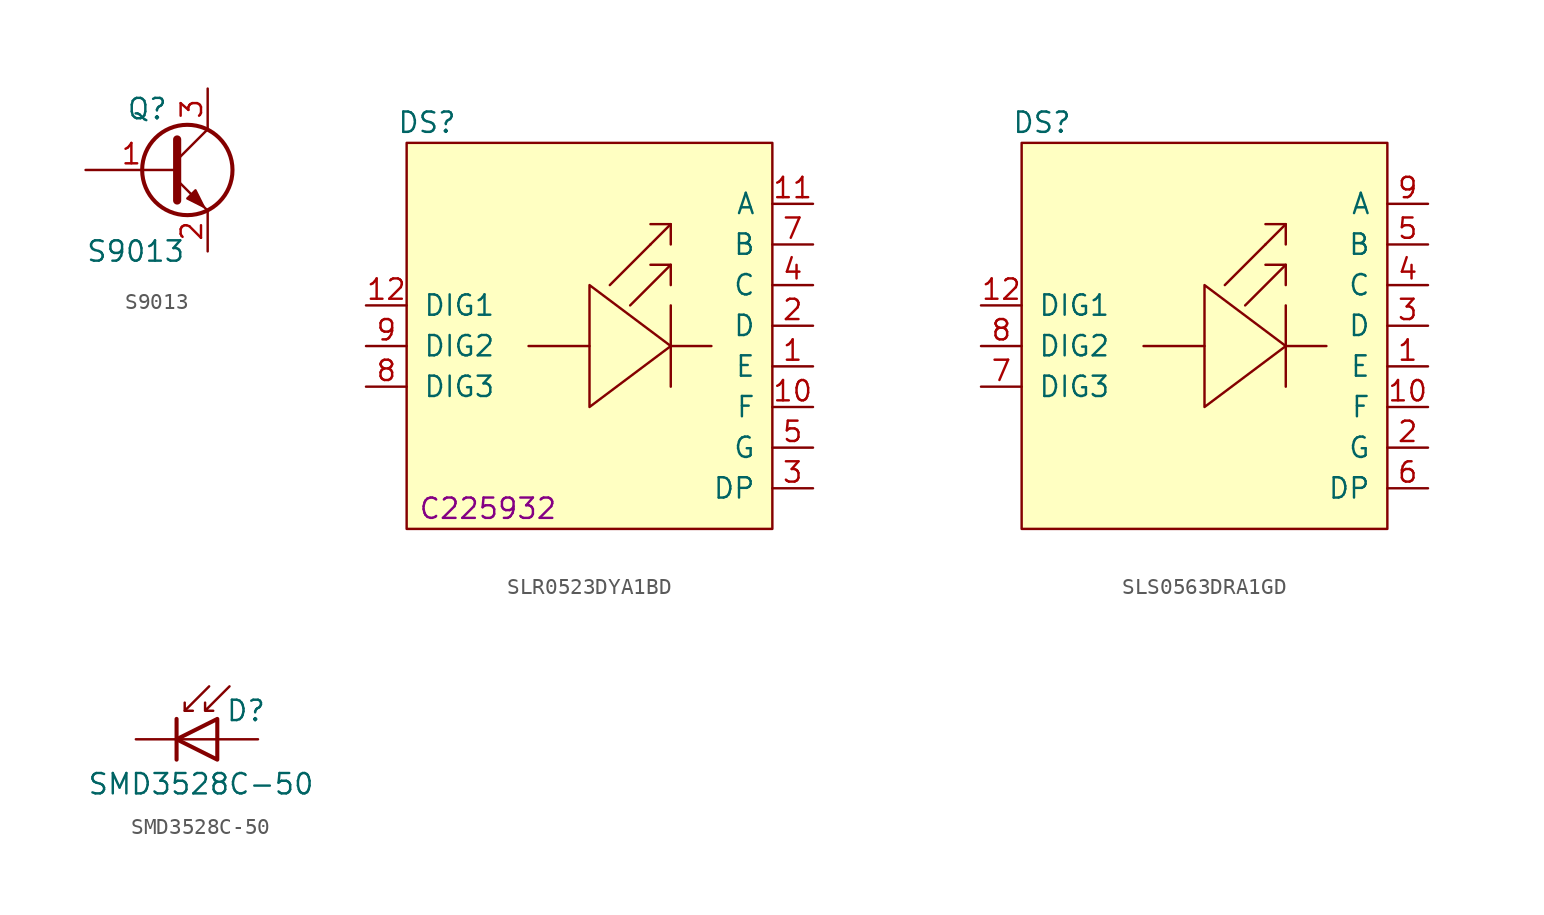
<source format=kicad_sym>
(kicad_symbol_lib
  (version 20211014)
  (generator kicad_symbol_editor)
  (symbol "S9013"
    (pin_names
      (offset 0) hide)
    (property "Reference" "Q"
      (at -2.54 3.81 0)
      (effects (font (size 1.27 1.27)) (justify left)))
    (property "Value" "S9013"
      (at -5.08 -5.08 0)
      (effects (font (size 1.27 1.27)) (justify left)))
    (symbol "S9013_0_1"
      (polyline (pts (xy 0.635 0.635) (xy 2.54 2.54)) (stroke (width 0) (type default) (color 0 0 0 0)) (fill (type none)))
      (polyline (pts (xy 0.635 -0.635) (xy 2.54 -2.54) (xy 2.54 -2.54)) (stroke (width 0) (type default) (color 0 0 0 0)) (fill (type none)))
      (polyline (pts (xy 0.635 1.905) (xy 0.635 -1.905) (xy 0.635 -1.905)) (stroke (width 0.508) (type default) (color 0 0 0 0)) (fill (type none)))
      (polyline (pts (xy 1.27 -1.778) (xy 1.778 -1.27) (xy 2.286 -2.286) (xy 1.27 -1.778) (xy 1.27 -1.778)) (stroke (width 0) (type default) (color 0 0 0 0)) (fill (type outline)))
      (circle (center 1.27 0) (radius 2.819) (stroke (width 0.254) (type default) (color 0 0 0 0)) (fill (type none))))
    (symbol "S9013_1_1"
      (pin input line (at -5.08 0 0) (length 5.715) (name "B" (effects (font (size 1.27 1.27)))) (number "1" (effects (font (size 1.27 1.27)))))
      (pin passive line (at 2.54 -5.08 90) (length 2.54) (name "E" (effects (font (size 1.27 1.27)))) (number "2" (effects (font (size 1.27 1.27)))))
      (pin passive line (at 2.54 5.08 270) (length 2.54) (name "C" (effects (font (size 1.27 1.27)))) (number "3" (effects (font (size 1.27 1.27)))))))
  (symbol "SLR0523DYA1BD"
    (pin_names
      (offset 1.016))
    (property "Reference" "DS"
      (at -10.16 13.97 0)
      (effects (font (size 1.27 1.27))))
    (property "LCSC" "C225932"
      (at -6.35 -10.16 0)
      (effects (font (size 1.27 1.27))))
    (symbol "SLR0523DYA1BD_0_1"
      (rectangle (start -11.43 12.7) (end 11.43 -11.43) (stroke (width 0) (type default) (color 0 0 0 0)) (fill (type background)))
      (polyline (pts (xy 0 0) (xy -3.81 0)) (stroke (width 0) (type default) (color 0 0 0 0)) (fill (type none)))
      (polyline (pts (xy 1.27 3.81) (xy 3.81 6.35)) (stroke (width 0) (type default) (color 0 0 0 0)) (fill (type none)))
      (polyline (pts (xy 2.54 2.54) (xy 5.08 5.08)) (stroke (width 0) (type default) (color 0 0 0 0)) (fill (type none)))
      (polyline (pts (xy 3.81 6.35) (xy 5.08 7.62)) (stroke (width 0) (type default) (color 0 0 0 0)) (fill (type none)))
      (polyline (pts (xy 5.08 0) (xy 7.62 0)) (stroke (width 0) (type default) (color 0 0 0 0)) (fill (type none)))
      (polyline (pts (xy 5.08 2.54) (xy 5.08 -2.54)) (stroke (width 0) (type default) (color 0 0 0 0)) (fill (type none)))
      (polyline (pts (xy 3.81 5.08) (xy 5.08 5.08) (xy 5.08 3.81)) (stroke (width 0) (type default) (color 0 0 0 0)) (fill (type none)))
      (polyline (pts (xy 3.81 7.62) (xy 5.08 7.62) (xy 5.08 6.35)) (stroke (width 0) (type default) (color 0 0 0 0)) (fill (type none)))
      (polyline (pts (xy 5.08 0) (xy 0 3.81) (xy 0 -3.81) (xy 5.08 0)) (stroke (width 0) (type default) (color 0 0 0 0)) (fill (type none))))
    (symbol "SLR0523DYA1BD_1_1"
      (pin input line (at 13.97 -1.27 180) (length 2.54) (name "E" (effects (font (size 1.27 1.27)))) (number "1" (effects (font (size 1.27 1.27)))))
      (pin input line (at 13.97 -3.81 180) (length 2.54) (name "F" (effects (font (size 1.27 1.27)))) (number "10" (effects (font (size 1.27 1.27)))))
      (pin input line (at 13.97 8.89 180) (length 2.54) (name "A" (effects (font (size 1.27 1.27)))) (number "11" (effects (font (size 1.27 1.27)))))
      (pin input line (at -13.97 2.54 0) (length 2.54) (name "DIG1" (effects (font (size 1.27 1.27)))) (number "12" (effects (font (size 1.27 1.27)))))
      (pin input line (at 13.97 1.27 180) (length 2.54) (name "D" (effects (font (size 1.27 1.27)))) (number "2" (effects (font (size 1.27 1.27)))))
      (pin input line (at 13.97 -8.89 180) (length 2.54) (name "DP" (effects (font (size 1.27 1.27)))) (number "3" (effects (font (size 1.27 1.27)))))
      (pin input line (at 13.97 3.81 180) (length 2.54) (name "C" (effects (font (size 1.27 1.27)))) (number "4" (effects (font (size 1.27 1.27)))))
      (pin input line (at 13.97 -6.35 180) (length 2.54) (name "G" (effects (font (size 1.27 1.27)))) (number "5" (effects (font (size 1.27 1.27)))))
      (pin input line (at 13.97 6.35 180) (length 2.54) (name "B" (effects (font (size 1.27 1.27)))) (number "7" (effects (font (size 1.27 1.27)))))
      (pin input line (at -13.97 -2.54 0) (length 2.54) (name "DIG3" (effects (font (size 1.27 1.27)))) (number "8" (effects (font (size 1.27 1.27)))))
      (pin input line (at -13.97 0 0) (length 2.54) (name "DIG2" (effects (font (size 1.27 1.27)))) (number "9" (effects (font (size 1.27 1.27)))))))
  (symbol "SLS0563DRA1GD"
    (pin_names
      (offset 1.016))
    (property "Reference" "DS"
      (at -10.16 13.97 0)
      (effects (font (size 1.27 1.27))))
    (symbol "SLS0563DRA1GD_0_1"
      (rectangle (start -11.43 12.7) (end 11.43 -11.43) (stroke (width 0) (type default) (color 0 0 0 0)) (fill (type background)))
      (polyline (pts (xy 0 0) (xy -3.81 0)) (stroke (width 0) (type default) (color 0 0 0 0)) (fill (type none)))
      (polyline (pts (xy 1.27 3.81) (xy 3.81 6.35)) (stroke (width 0) (type default) (color 0 0 0 0)) (fill (type none)))
      (polyline (pts (xy 2.54 2.54) (xy 5.08 5.08)) (stroke (width 0) (type default) (color 0 0 0 0)) (fill (type none)))
      (polyline (pts (xy 3.81 6.35) (xy 5.08 7.62)) (stroke (width 0) (type default) (color 0 0 0 0)) (fill (type none)))
      (polyline (pts (xy 5.08 0) (xy 7.62 0)) (stroke (width 0) (type default) (color 0 0 0 0)) (fill (type none)))
      (polyline (pts (xy 5.08 2.54) (xy 5.08 -2.54)) (stroke (width 0) (type default) (color 0 0 0 0)) (fill (type none)))
      (polyline (pts (xy 3.81 5.08) (xy 5.08 5.08) (xy 5.08 3.81)) (stroke (width 0) (type default) (color 0 0 0 0)) (fill (type none)))
      (polyline (pts (xy 3.81 7.62) (xy 5.08 7.62) (xy 5.08 6.35)) (stroke (width 0) (type default) (color 0 0 0 0)) (fill (type none)))
      (polyline (pts (xy 5.08 0) (xy 0 3.81) (xy 0 -3.81) (xy 5.08 0)) (stroke (width 0) (type default) (color 0 0 0 0)) (fill (type none))))
    (symbol "SLS0563DRA1GD_1_1"
      (pin input line (at 13.97 -1.27 180) (length 2.54) (name "E" (effects (font (size 1.27 1.27)))) (number "1" (effects (font (size 1.27 1.27)))))
      (pin input line (at 13.97 -3.81 180) (length 2.54) (name "F" (effects (font (size 1.27 1.27)))) (number "10" (effects (font (size 1.27 1.27)))))
      (pin input line (at -13.97 2.54 0) (length 2.54) (name "DIG1" (effects (font (size 1.27 1.27)))) (number "12" (effects (font (size 1.27 1.27)))))
      (pin input line (at 13.97 -6.35 180) (length 2.54) (name "G" (effects (font (size 1.27 1.27)))) (number "2" (effects (font (size 1.27 1.27)))))
      (pin input line (at 13.97 1.27 180) (length 2.54) (name "D" (effects (font (size 1.27 1.27)))) (number "3" (effects (font (size 1.27 1.27)))))
      (pin input line (at 13.97 3.81 180) (length 2.54) (name "C" (effects (font (size 1.27 1.27)))) (number "4" (effects (font (size 1.27 1.27)))))
      (pin input line (at 13.97 6.35 180) (length 2.54) (name "B" (effects (font (size 1.27 1.27)))) (number "5" (effects (font (size 1.27 1.27)))))
      (pin input line (at 13.97 -8.89 180) (length 2.54) (name "DP" (effects (font (size 1.27 1.27)))) (number "6" (effects (font (size 1.27 1.27)))))
      (pin input line (at -13.97 -2.54 0) (length 2.54) (name "DIG3" (effects (font (size 1.27 1.27)))) (number "7" (effects (font (size 1.27 1.27)))))
      (pin input line (at -13.97 0 0) (length 2.54) (name "DIG2" (effects (font (size 1.27 1.27)))) (number "8" (effects (font (size 1.27 1.27)))))
      (pin input line (at 13.97 8.89 180) (length 2.54) (name "A" (effects (font (size 1.27 1.27)))) (number "9" (effects (font (size 1.27 1.27)))))))
  (symbol "SMD3528C-50"
    (pin_numbers hide)
    (pin_names hide)
    (property "Reference" "D"
      (at 0.508 1.778 0)
      (effects (font (size 1.27 1.27)) (justify left)))
    (property "Value" "SMD3528C-50"
      (at -1.016 -2.794 0)
      (effects (font (size 1.27 1.27))))
    (symbol "SMD3528C-50_0_1"
      (polyline (pts (xy -2.54 1.27) (xy -2.54 -1.27)) (stroke (width 0.254) (type default) (color 0 0 0 0)) (fill (type none)))
      (polyline (pts (xy -2.032 1.778) (xy -1.524 1.778)) (stroke (width 0) (type default) (color 0 0 0 0)) (fill (type none)))
      (polyline (pts (xy 0 0) (xy -2.54 0)) (stroke (width 0) (type default) (color 0 0 0 0)) (fill (type none)))
      (polyline (pts (xy -0.508 3.302) (xy -2.032 1.778) (xy -2.032 2.286)) (stroke (width 0) (type default) (color 0 0 0 0)) (fill (type none)))
      (polyline (pts (xy 0 -1.27) (xy 0 1.27) (xy -2.54 0) (xy 0 -1.27)) (stroke (width 0.254) (type default) (color 0 0 0 0)) (fill (type none)))
      (polyline (pts (xy 0.762 3.302) (xy -0.762 1.778) (xy -0.762 2.286) (xy -0.762 1.778) (xy -0.254 1.778)) (stroke (width 0) (type default) (color 0 0 0 0)) (fill (type none))))
    (symbol "SMD3528C-50_1_1"
      (pin passive line (at -5.08 0 0) (length 2.54) (name "1" (effects (font (size 1.27 1.27)))) (number "1" (effects (font (size 1.27 1.27)))))
      (pin passive line (at 2.54 0 180) (length 2.54) (name "2" (effects (font (size 1.27 1.27)))) (number "2" (effects (font (size 1.27 1.27))))))))
</source>
